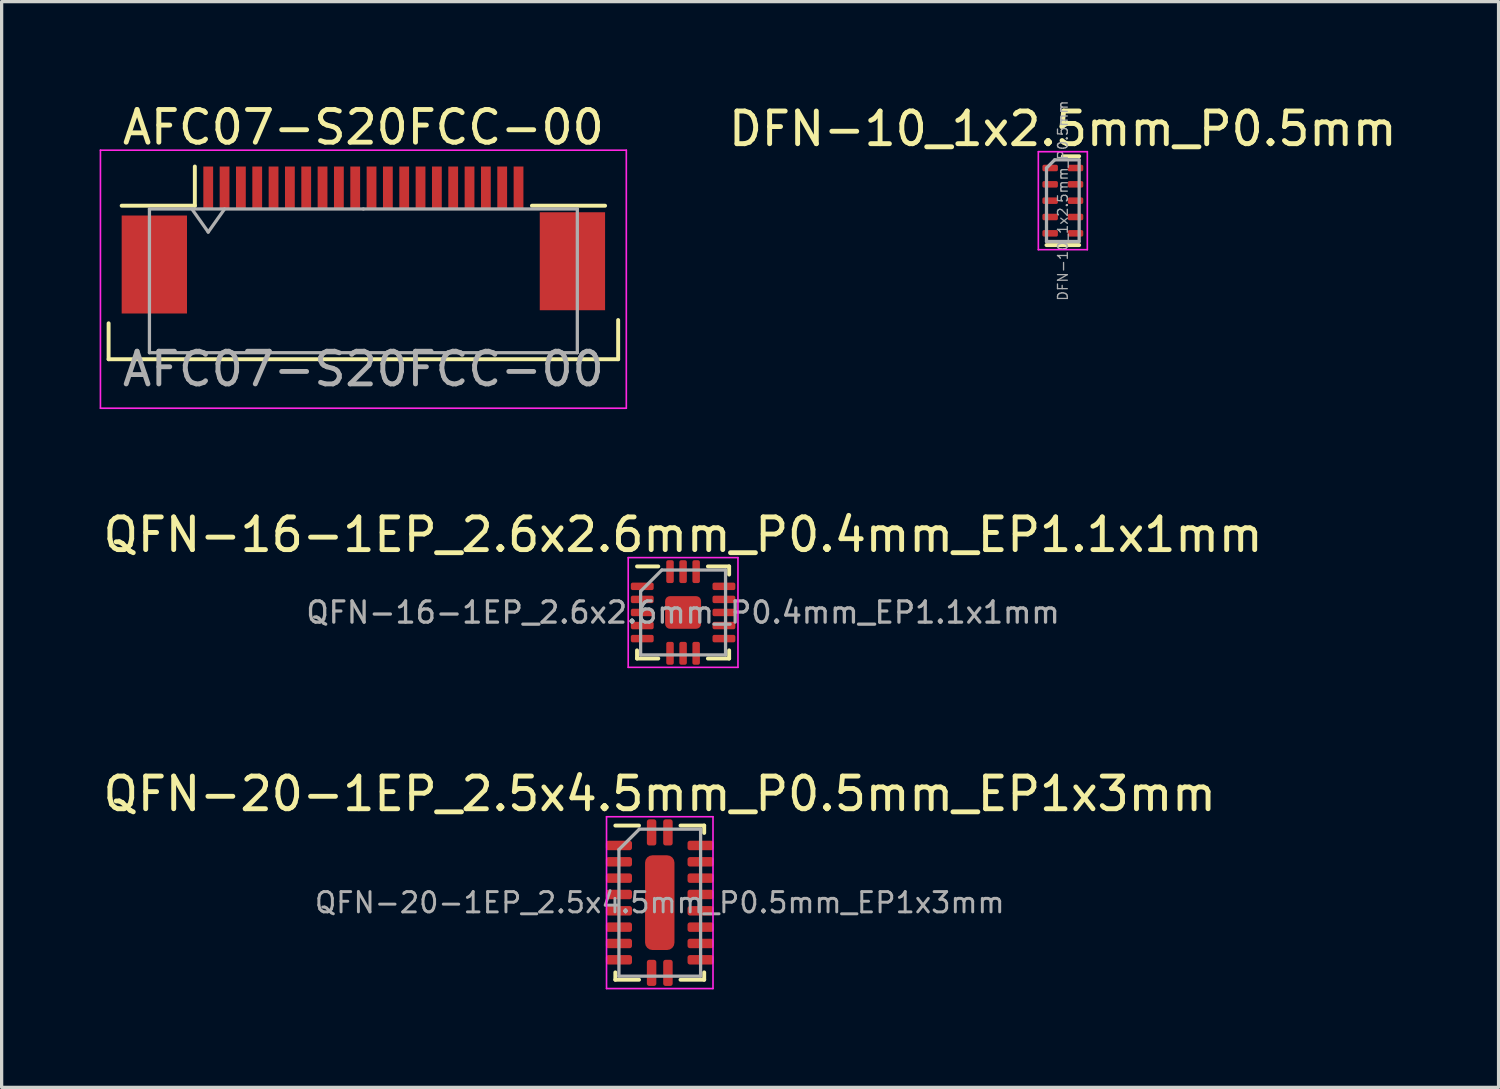
<source format=kicad_pcb>
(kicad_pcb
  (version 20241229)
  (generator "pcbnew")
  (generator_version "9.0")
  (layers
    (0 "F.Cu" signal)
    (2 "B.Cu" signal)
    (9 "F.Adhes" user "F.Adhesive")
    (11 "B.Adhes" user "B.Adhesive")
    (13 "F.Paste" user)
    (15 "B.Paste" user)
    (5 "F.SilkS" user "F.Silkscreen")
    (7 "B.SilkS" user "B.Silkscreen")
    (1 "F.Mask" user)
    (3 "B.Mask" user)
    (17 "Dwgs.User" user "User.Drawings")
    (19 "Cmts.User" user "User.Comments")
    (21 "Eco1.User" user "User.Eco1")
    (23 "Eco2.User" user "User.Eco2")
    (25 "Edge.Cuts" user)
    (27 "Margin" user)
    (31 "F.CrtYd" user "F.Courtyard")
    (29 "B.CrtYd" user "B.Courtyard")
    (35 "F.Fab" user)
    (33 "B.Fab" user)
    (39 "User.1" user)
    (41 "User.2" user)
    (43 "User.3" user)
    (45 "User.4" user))
  (footprint "QFN-16-1EP_2.6x2.6mm_P0.4mm_EP1.1x1mm"
    (layer "F.Cu")
    (at 17.863 15.701)
    (property "Reference" "QFN-16-1EP_2.6x2.6mm_P0.4mm_EP1.1x1mm" (at 0 -2.38 0) (layer "F.SilkS") (effects (font (size 1 1) (thickness 0.15))))
    (attr smd)
    (fp_line (start -1.41 1.41) (end -1.41 1.16) (stroke (width 0.12) (type solid)) (layer "F.SilkS"))
    (fp_line (start -0.76 -1.41) (end -1.41 -1.41) (stroke (width 0.12) (type solid)) (layer "F.SilkS"))
    (fp_line (start -0.76 1.41) (end -1.41 1.41) (stroke (width 0.12) (type solid)) (layer "F.SilkS"))
    (fp_line (start 0.76 -1.41) (end 1.41 -1.41) (stroke (width 0.12) (type solid)) (layer "F.SilkS"))
    (fp_line (start 0.76 1.41) (end 1.41 1.41) (stroke (width 0.12) (type solid)) (layer "F.SilkS"))
    (fp_line (start 1.41 -1.41) (end 1.41 -1.16) (stroke (width 0.12) (type solid)) (layer "F.SilkS"))
    (fp_line (start 1.41 1.41) (end 1.41 1.16) (stroke (width 0.12) (type solid)) (layer "F.SilkS"))
    (fp_line (start -1.68 -1.68) (end -1.68 1.68) (stroke (width 0.05) (type solid)) (layer "F.CrtYd"))
    (fp_line (start -1.68 1.68) (end 1.68 1.68) (stroke (width 0.05) (type solid)) (layer "F.CrtYd"))
    (fp_line (start 1.68 -1.68) (end -1.68 -1.68) (stroke (width 0.05) (type solid)) (layer "F.CrtYd"))
    (fp_line (start 1.68 1.68) (end 1.68 -1.68) (stroke (width 0.05) (type solid)) (layer "F.CrtYd"))
    (fp_line (start -1.3 -0.65) (end -0.65 -1.3) (stroke (width 0.1) (type solid)) (layer "F.Fab"))
    (fp_line (start -1.3 1.3) (end -1.3 -0.65) (stroke (width 0.1) (type solid)) (layer "F.Fab"))
    (fp_line (start -0.65 -1.3) (end 1.3 -1.3) (stroke (width 0.1) (type solid)) (layer "F.Fab"))
    (fp_line (start 1.3 -1.3) (end 1.3 1.3) (stroke (width 0.1) (type solid)) (layer "F.Fab"))
    (fp_line (start 1.3 1.3) (end -1.3 1.3) (stroke (width 0.1) (type solid)) (layer "F.Fab"))
    (fp_text user "${REFERENCE}" (at 0 0 0) (layer "F.Fab") (effects (font (size 0.65 0.65) (thickness 0.1))))
    (pad "1" smd roundrect (at -1.25 -0.8) (size 0.7 0.23) (layers "F.Cu" "F.Mask" "F.Paste") (roundrect_rratio 0.25))
    (pad "2" smd roundrect (at -1.25 -0.4) (size 0.7 0.23) (layers "F.Cu" "F.Mask" "F.Paste") (roundrect_rratio 0.25))
    (pad "3" smd roundrect (at -1.25 0) (size 0.7 0.23) (layers "F.Cu" "F.Mask" "F.Paste") (roundrect_rratio 0.25))
    (pad "4" smd roundrect (at -1.25 0.4) (size 0.7 0.23) (layers "F.Cu" "F.Mask" "F.Paste") (roundrect_rratio 0.25))
    (pad "5" smd roundrect (at -1.25 0.8) (size 0.7 0.23) (layers "F.Cu" "F.Mask" "F.Paste") (roundrect_rratio 0.25))
    (pad "6" smd roundrect (at -0.4 1.25) (size 0.23 0.7) (layers "F.Cu" "F.Mask" "F.Paste") (roundrect_rratio 0.25))
    (pad "7" smd roundrect (at 0 1.25) (size 0.23 0.7) (layers "F.Cu" "F.Mask" "F.Paste") (roundrect_rratio 0.25))
    (pad "8" smd roundrect (at 0.4 1.25) (size 0.23 0.7) (layers "F.Cu" "F.Mask" "F.Paste") (roundrect_rratio 0.25))
    (pad "9" smd roundrect (at 1.25 0.8) (size 0.7 0.23) (layers "F.Cu" "F.Mask" "F.Paste") (roundrect_rratio 0.25))
    (pad "10" smd roundrect (at 1.25 0.4) (size 0.7 0.23) (layers "F.Cu" "F.Mask" "F.Paste") (roundrect_rratio 0.25))
    (pad "11" smd roundrect (at 1.25 0) (size 0.7 0.23) (layers "F.Cu" "F.Mask" "F.Paste") (roundrect_rratio 0.25))
    (pad "12" smd roundrect (at 1.25 -0.4) (size 0.7 0.23) (layers "F.Cu" "F.Mask" "F.Paste") (roundrect_rratio 0.25))
    (pad "13" smd roundrect (at 1.25 -0.8) (size 0.7 0.23) (layers "F.Cu" "F.Mask" "F.Paste") (roundrect_rratio 0.25))
    (pad "14" smd roundrect (at 0.4 -1.25) (size 0.23 0.7) (layers "F.Cu" "F.Mask" "F.Paste") (roundrect_rratio 0.25))
    (pad "15" smd roundrect (at 0 -1.25) (size 0.23 0.7) (layers "F.Cu" "F.Mask" "F.Paste") (roundrect_rratio 0.25))
    (pad "16" smd roundrect (at -0.4 -1.25) (size 0.23 0.7) (layers "F.Cu" "F.Mask" "F.Paste") (roundrect_rratio 0.25))
    (pad "17" smd roundrect (at 0 0) (size 1.1 1) (layers "F.Cu" "F.Mask" "F.Paste") (roundrect_rratio 0.15)))
  (footprint "DFN-10_1x2.5mm_P0.5mm"
    (layer "F.Cu")
    (at 29.489 3.094)
    (property "Reference" "DFN-10_1x2.5mm_P0.5mm" (at 0 -2.2 0) (layer "F.SilkS") (effects (font (size 1 1) (thickness 0.15))))
    (attr smd)
    (fp_line (start -0.5 1.36) (end 0.5 1.36) (stroke (width 0.12) (type solid)) (layer "F.SilkS"))
    (fp_line (start 0 -1.36) (end 0.5 -1.36) (stroke (width 0.12) (type solid)) (layer "F.SilkS"))
    (fp_line (start -0.75 -1.5) (end -0.75 1.5) (stroke (width 0.05) (type solid)) (layer "F.CrtYd"))
    (fp_line (start -0.75 1.5) (end 0.75 1.5) (stroke (width 0.05) (type solid)) (layer "F.CrtYd"))
    (fp_line (start 0.75 -1.5) (end -0.75 -1.5) (stroke (width 0.05) (type solid)) (layer "F.CrtYd"))
    (fp_line (start 0.75 1.5) (end 0.75 -1.5) (stroke (width 0.05) (type solid)) (layer "F.CrtYd"))
    (fp_line (start -0.5 -1) (end -0.25 -1.25) (stroke (width 0.1) (type solid)) (layer "F.Fab"))
    (fp_line (start -0.5 1.25) (end -0.5 -1) (stroke (width 0.1) (type solid)) (layer "F.Fab"))
    (fp_line (start -0.25 -1.25) (end 0.5 -1.25) (stroke (width 0.1) (type solid)) (layer "F.Fab"))
    (fp_line (start 0.5 -1.25) (end 0.5 1.25) (stroke (width 0.1) (type solid)) (layer "F.Fab"))
    (fp_line (start 0.5 1.25) (end -0.5 1.25) (stroke (width 0.1) (type solid)) (layer "F.Fab"))
    (fp_text user "${REFERENCE}" (at 0 0 90) (layer "F.Fab") (effects (font (size 0.3 0.3) (thickness 0.04))))
    (pad "1" smd roundrect (at -0.388 -1) (size 0.475 0.2) (layers "F.Cu" "F.Mask" "F.Paste") (roundrect_rratio 0.25))
    (pad "2" smd roundrect (at -0.388 -0.5) (size 0.475 0.2) (layers "F.Cu" "F.Mask" "F.Paste") (roundrect_rratio 0.25))
    (pad "3" smd roundrect (at -0.388 0) (size 0.475 0.2) (layers "F.Cu" "F.Mask" "F.Paste") (roundrect_rratio 0.25))
    (pad "4" smd roundrect (at -0.388 0.5) (size 0.475 0.2) (layers "F.Cu" "F.Mask" "F.Paste") (roundrect_rratio 0.25))
    (pad "5" smd roundrect (at -0.388 1) (size 0.475 0.2) (layers "F.Cu" "F.Mask" "F.Paste") (roundrect_rratio 0.25))
    (pad "6" smd roundrect (at 0.388 1) (size 0.475 0.2) (layers "F.Cu" "F.Mask" "F.Paste") (roundrect_rratio 0.25))
    (pad "7" smd roundrect (at 0.388 0.5) (size 0.475 0.2) (layers "F.Cu" "F.Mask" "F.Paste") (roundrect_rratio 0.25))
    (pad "8" smd roundrect (at 0.388 0) (size 0.475 0.2) (layers "F.Cu" "F.Mask" "F.Paste") (roundrect_rratio 0.25))
    (pad "9" smd roundrect (at 0.388 -0.5) (size 0.475 0.2) (layers "F.Cu" "F.Mask" "F.Paste") (roundrect_rratio 0.25))
    (pad "10" smd roundrect (at 0.388 -1) (size 0.475 0.2) (layers "F.Cu" "F.Mask" "F.Paste") (roundrect_rratio 0.25)))
  (footprint "AFC07-S20FCC-00"
    (layer "F.Cu")
    (at 8.075 4.548)
    (property "Reference" "AFC07-S20FCC-00" (at 0 -3.7 0) (layer "F.SilkS") (effects (font (size 1 1) (thickness 0.15))))
    (attr smd)
    (fp_line (start -7.8 2.3) (end -7.8 3.4) (stroke (width 0.12) (type solid)) (layer "F.SilkS"))
    (fp_line (start -7.8 3.4) (end 7.8 3.4) (stroke (width 0.12) (type solid)) (layer "F.SilkS"))
    (fp_line (start -5.16 -1.3) (end -7.4 -1.3) (stroke (width 0.12) (type solid)) (layer "F.SilkS"))
    (fp_line (start -5.16 -1.3) (end -5.16 -2.5) (stroke (width 0.12) (type solid)) (layer "F.SilkS"))
    (fp_line (start 5.16 -1.3) (end 7.4 -1.3) (stroke (width 0.12) (type solid)) (layer "F.SilkS"))
    (fp_line (start 7.8 3.4) (end 7.8 2.2) (stroke (width 0.12) (type solid)) (layer "F.SilkS"))
    (fp_line (start -8.05 -3) (end -8.05 4.9) (stroke (width 0.05) (type solid)) (layer "F.CrtYd"))
    (fp_line (start -8.05 4.9) (end 8.05 4.9) (stroke (width 0.05) (type solid)) (layer "F.CrtYd"))
    (fp_line (start 8.05 -3) (end -8.05 -3) (stroke (width 0.05) (type solid)) (layer "F.CrtYd"))
    (fp_line (start 8.05 4.9) (end 8.05 -3) (stroke (width 0.05) (type solid)) (layer "F.CrtYd"))
    (fp_line (start -6.55 -1.2) (end -6.55 3.2) (stroke (width 0.1) (type solid)) (layer "F.Fab"))
    (fp_line (start -5.25 -1.2) (end -4.75 -0.493) (stroke (width 0.1) (type solid)) (layer "F.Fab"))
    (fp_line (start -4.75 -0.493) (end -4.25 -1.2) (stroke (width 0.1) (type solid)) (layer "F.Fab"))
    (fp_line (start 0 -1.2) (end -6.55 -1.2) (stroke (width 0.1) (type solid)) (layer "F.Fab"))
    (fp_line (start 0 -1.2) (end 6.55 -1.2) (stroke (width 0.1) (type solid)) (layer "F.Fab"))
    (fp_line (start 6.55 -1.2) (end 6.55 3.2) (stroke (width 0.1) (type solid)) (layer "F.Fab"))
    (fp_line (start 6.55 3.2) (end -6.55 3.2) (stroke (width 0.1) (type solid)) (layer "F.Fab"))
    (fp_text user "${REFERENCE}" (at 0 3.7 0) (layer "F.Fab") (effects (font (size 1 1) (thickness 0.15))))
    (pad "1" smd rect (at -4.75 -1.85) (size 0.3 1.3) (layers "F.Cu" "F.Mask" "F.Paste"))
    (pad "2" smd rect (at -4.25 -1.85) (size 0.3 1.3) (layers "F.Cu" "F.Mask" "F.Paste"))
    (pad "3" smd rect (at -3.75 -1.85) (size 0.3 1.3) (layers "F.Cu" "F.Mask" "F.Paste"))
    (pad "4" smd rect (at -3.25 -1.85) (size 0.3 1.3) (layers "F.Cu" "F.Mask" "F.Paste"))
    (pad "5" smd rect (at -2.75 -1.85) (size 0.3 1.3) (layers "F.Cu" "F.Mask" "F.Paste"))
    (pad "6" smd rect (at -2.25 -1.85) (size 0.3 1.3) (layers "F.Cu" "F.Mask" "F.Paste"))
    (pad "7" smd rect (at -1.75 -1.85) (size 0.3 1.3) (layers "F.Cu" "F.Mask" "F.Paste"))
    (pad "8" smd rect (at -1.25 -1.85) (size 0.3 1.3) (layers "F.Cu" "F.Mask" "F.Paste"))
    (pad "9" smd rect (at -0.75 -1.85) (size 0.3 1.3) (layers "F.Cu" "F.Mask" "F.Paste"))
    (pad "10" smd rect (at -0.25 -1.85) (size 0.3 1.3) (layers "F.Cu" "F.Mask" "F.Paste"))
    (pad "11" smd rect (at 0.25 -1.85) (size 0.3 1.3) (layers "F.Cu" "F.Mask" "F.Paste"))
    (pad "12" smd rect (at 0.75 -1.85) (size 0.3 1.3) (layers "F.Cu" "F.Mask" "F.Paste"))
    (pad "13" smd rect (at 1.25 -1.85) (size 0.3 1.3) (layers "F.Cu" "F.Mask" "F.Paste"))
    (pad "14" smd rect (at 1.75 -1.85) (size 0.3 1.3) (layers "F.Cu" "F.Mask" "F.Paste"))
    (pad "15" smd rect (at 2.25 -1.85) (size 0.3 1.3) (layers "F.Cu" "F.Mask" "F.Paste"))
    (pad "16" smd rect (at 2.75 -1.85) (size 0.3 1.3) (layers "F.Cu" "F.Mask" "F.Paste"))
    (pad "17" smd rect (at 3.25 -1.85) (size 0.3 1.3) (layers "F.Cu" "F.Mask" "F.Paste"))
    (pad "18" smd rect (at 3.75 -1.85) (size 0.3 1.3) (layers "F.Cu" "F.Mask" "F.Paste"))
    (pad "19" smd rect (at 4.25 -1.85) (size 0.3 1.3) (layers "F.Cu" "F.Mask" "F.Paste"))
    (pad "20" smd rect (at 4.75 -1.85) (size 0.3 1.3) (layers "F.Cu" "F.Mask" "F.Paste"))
    (pad "MP" smd rect (at -6.4 0.5) (size 2 3) (layers "F.Cu" "F.Mask" "F.Paste"))
    (pad "MP" smd rect (at 6.4 0.4) (size 2 3) (layers "F.Cu" "F.Mask" "F.Paste")))
  (footprint "QFN-20-1EP_2.5x4.5mm_P0.5mm_EP1x3mm"
    (layer "F.Cu")
    (at 17.149 24.585)
    (property "Reference" "QFN-20-1EP_2.5x4.5mm_P0.5mm_EP1x3mm" (at 0 -3.33 0) (layer "F.SilkS") (effects (font (size 1 1) (thickness 0.15))))
    (attr smd)
    (fp_line (start -1.36 2.36) (end -1.36 2.135) (stroke (width 0.12) (type solid)) (layer "F.SilkS"))
    (fp_line (start -0.635 -2.36) (end -1.36 -2.36) (stroke (width 0.12) (type solid)) (layer "F.SilkS"))
    (fp_line (start -0.635 2.36) (end -1.36 2.36) (stroke (width 0.12) (type solid)) (layer "F.SilkS"))
    (fp_line (start 0.635 -2.36) (end 1.36 -2.36) (stroke (width 0.12) (type solid)) (layer "F.SilkS"))
    (fp_line (start 0.635 2.36) (end 1.36 2.36) (stroke (width 0.12) (type solid)) (layer "F.SilkS"))
    (fp_line (start 1.36 -2.36) (end 1.36 -2.135) (stroke (width 0.12) (type solid)) (layer "F.SilkS"))
    (fp_line (start 1.36 2.36) (end 1.36 2.135) (stroke (width 0.12) (type solid)) (layer "F.SilkS"))
    (fp_line (start -1.63 -2.63) (end -1.63 2.63) (stroke (width 0.05) (type solid)) (layer "F.CrtYd"))
    (fp_line (start -1.63 2.63) (end 1.63 2.63) (stroke (width 0.05) (type solid)) (layer "F.CrtYd"))
    (fp_line (start 1.63 -2.63) (end -1.63 -2.63) (stroke (width 0.05) (type solid)) (layer "F.CrtYd"))
    (fp_line (start 1.63 2.63) (end 1.63 -2.63) (stroke (width 0.05) (type solid)) (layer "F.CrtYd"))
    (fp_line (start -1.25 -1.625) (end -0.625 -2.25) (stroke (width 0.1) (type solid)) (layer "F.Fab"))
    (fp_line (start -1.25 2.25) (end -1.25 -1.625) (stroke (width 0.1) (type solid)) (layer "F.Fab"))
    (fp_line (start -0.625 -2.25) (end 1.25 -2.25) (stroke (width 0.1) (type solid)) (layer "F.Fab"))
    (fp_line (start 1.25 -2.25) (end 1.25 2.25) (stroke (width 0.1) (type solid)) (layer "F.Fab"))
    (fp_line (start 1.25 2.25) (end -1.25 2.25) (stroke (width 0.1) (type solid)) (layer "F.Fab"))
    (fp_text user "${REFERENCE}" (at 0 0 0) (layer "F.Fab") (effects (font (size 0.62 0.62) (thickness 0.09))))
    (pad "" smd roundrect (at 0 -0.525) (size 0.4 0.65) (layers "F.Paste") (roundrect_rratio 0.25))
    (pad "" smd roundrect (at 0 0.525) (size 0.4 0.65) (layers "F.Paste") (roundrect_rratio 0.25))
    (pad "1" smd roundrect (at -0.25 -2.15) (size 0.29 0.8) (layers "F.Cu" "F.Mask" "F.Paste") (roundrect_rratio 0.25))
    (pad "2" smd roundrect (at -1.25 -1.75) (size 0.8 0.29) (layers "F.Cu" "F.Mask" "F.Paste") (roundrect_rratio 0.25))
    (pad "3" smd roundrect (at -1.25 -1.25) (size 0.8 0.29) (layers "F.Cu" "F.Mask" "F.Paste") (roundrect_rratio 0.25))
    (pad "4" smd roundrect (at -1.25 -0.75) (size 0.8 0.29) (layers "F.Cu" "F.Mask" "F.Paste") (roundrect_rratio 0.25))
    (pad "5" smd roundrect (at -1.25 -0.25) (size 0.8 0.29) (layers "F.Cu" "F.Mask" "F.Paste") (roundrect_rratio 0.25))
    (pad "6" smd roundrect (at -1.25 0.25) (size 0.8 0.29) (layers "F.Cu" "F.Mask" "F.Paste") (roundrect_rratio 0.25))
    (pad "7" smd roundrect (at -1.25 0.75) (size 0.8 0.29) (layers "F.Cu" "F.Mask" "F.Paste") (roundrect_rratio 0.25))
    (pad "8" smd roundrect (at -1.25 1.25) (size 0.8 0.29) (layers "F.Cu" "F.Mask" "F.Paste") (roundrect_rratio 0.25))
    (pad "9" smd roundrect (at -1.25 1.75) (size 0.8 0.29) (layers "F.Cu" "F.Mask" "F.Paste") (roundrect_rratio 0.25))
    (pad "10" smd roundrect (at -0.25 2.15) (size 0.29 0.8) (layers "F.Cu" "F.Mask" "F.Paste") (roundrect_rratio 0.25))
    (pad "11" smd roundrect (at 0.25 2.15) (size 0.29 0.8) (layers "F.Cu" "F.Mask" "F.Paste") (roundrect_rratio 0.25))
    (pad "12" smd roundrect (at 1.25 1.75) (size 0.8 0.29) (layers "F.Cu" "F.Mask" "F.Paste") (roundrect_rratio 0.25))
    (pad "13" smd roundrect (at 1.25 1.25) (size 0.8 0.29) (layers "F.Cu" "F.Mask" "F.Paste") (roundrect_rratio 0.25))
    (pad "14" smd roundrect (at 1.25 0.75) (size 0.8 0.29) (layers "F.Cu" "F.Mask" "F.Paste") (roundrect_rratio 0.25))
    (pad "15" smd roundrect (at 1.25 0.25) (size 0.8 0.29) (layers "F.Cu" "F.Mask" "F.Paste") (roundrect_rratio 0.25))
    (pad "16" smd roundrect (at 1.25 -0.25) (size 0.8 0.29) (layers "F.Cu" "F.Mask" "F.Paste") (roundrect_rratio 0.25))
    (pad "17" smd roundrect (at 1.25 -0.75) (size 0.8 0.29) (layers "F.Cu" "F.Mask" "F.Paste") (roundrect_rratio 0.25))
    (pad "18" smd roundrect (at 1.25 -1.25) (size 0.8 0.29) (layers "F.Cu" "F.Mask" "F.Paste") (roundrect_rratio 0.25))
    (pad "19" smd roundrect (at 1.25 -1.75) (size 0.8 0.29) (layers "F.Cu" "F.Mask" "F.Paste") (roundrect_rratio 0.25))
    (pad "20" smd roundrect (at 0.25 -2.15) (size 0.29 0.8) (layers "F.Cu" "F.Mask" "F.Paste") (roundrect_rratio 0.25))
    (pad "21" smd roundrect (at 0 0) (size 0.9 2.9) (layers "F.Cu" "F.Mask") (roundrect_rratio 0.25)))
  (gr_rect
    (start -3 -3)
    (end 42.829 30.24)
    (stroke (width 0.1) (type default))
    (fill no)
    (layer "Edge.Cuts")))
</source>
